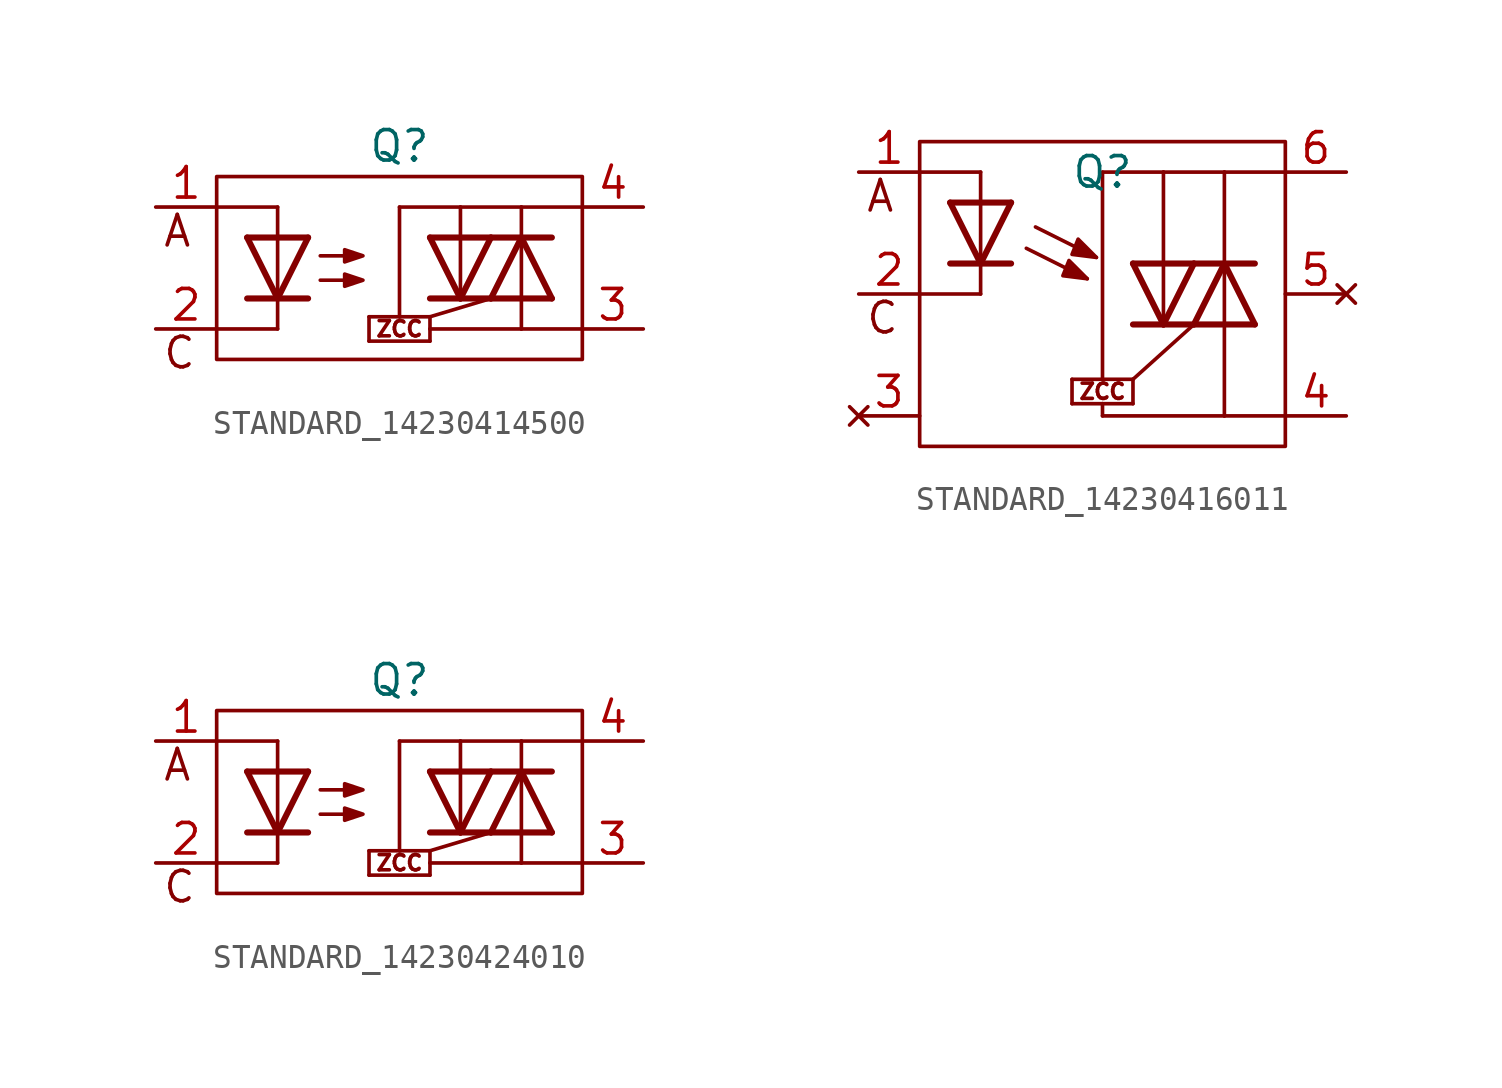
<source format=kicad_sym>
(kicad_symbol_lib
  (version 20220914)
  (generator kicad_symbol_editor)
  (symbol "STANDARD_14230414500"
    (pin_names hide)
    (property "Reference" "Q"
      (at 0 5.08 0)
      (effects (font (size 1.27 1.27))))
    (symbol "STANDARD_14230414500_0_0"
      (polyline (pts (xy -5.08 -2.54) (xy -7.62 -2.54)) (stroke (width 0.152) (type default)) (fill (type none)))
      (polyline (pts (xy -5.08 -1.27) (xy -6.35 -1.27)) (stroke (width 0.254) (type default)) (fill (type none)))
      (polyline (pts (xy -5.08 -1.27) (xy -6.35 1.27)) (stroke (width 0.254) (type default)) (fill (type none)))
      (polyline (pts (xy -5.08 -1.27) (xy -5.08 -2.54)) (stroke (width 0.152) (type default)) (fill (type none)))
      (polyline (pts (xy -5.08 1.27) (xy -6.35 1.27)) (stroke (width 0.254) (type default)) (fill (type none)))
      (polyline (pts (xy -5.08 1.27) (xy -5.08 -1.27)) (stroke (width 0.152) (type default)) (fill (type none)))
      (polyline (pts (xy -5.08 1.27) (xy -5.08 2.54)) (stroke (width 0.152) (type default)) (fill (type none)))
      (polyline (pts (xy -3.81 -1.27) (xy -5.08 -1.27)) (stroke (width 0.254) (type default)) (fill (type none)))
      (polyline (pts (xy -3.81 1.27) (xy -5.08 -1.27)) (stroke (width 0.254) (type default)) (fill (type none)))
      (polyline (pts (xy -3.81 1.27) (xy -5.08 1.27)) (stroke (width 0.254) (type default)) (fill (type none)))
      (polyline (pts (xy -3.302 -0.508) (xy -2.032 -0.508)) (stroke (width 0.152) (type default)) (fill (type none)))
      (polyline (pts (xy -3.302 0.508) (xy -2.032 0.508)) (stroke (width 0.152) (type default)) (fill (type none)))
      (polyline (pts (xy -1.27 -3.048) (xy -1.27 -2.032)) (stroke (width 0.152) (type default)) (fill (type none)))
      (polyline (pts (xy -1.27 -2.032) (xy 0 -2.032)) (stroke (width 0.152) (type default)) (fill (type none)))
      (polyline (pts (xy 0 -2.032) (xy 1.27 -2.032)) (stroke (width 0.152) (type default)) (fill (type none)))
      (polyline (pts (xy 0 2.54) (xy 0 -2.032)) (stroke (width 0.152) (type default)) (fill (type none)))
      (polyline (pts (xy 1.27 -3.048) (xy -1.27 -3.048)) (stroke (width 0.152) (type default)) (fill (type none)))
      (polyline (pts (xy 1.27 -2.54) (xy 1.27 -3.048)) (stroke (width 0.152) (type default)) (fill (type none)))
      (polyline (pts (xy 1.27 -2.54) (xy 5.08 -2.54)) (stroke (width 0.152) (type default)) (fill (type none)))
      (polyline (pts (xy 1.27 -2.032) (xy 1.27 -2.54)) (stroke (width 0.152) (type default)) (fill (type none)))
      (polyline (pts (xy 2.54 -1.27) (xy 1.27 -1.27)) (stroke (width 0.254) (type default)) (fill (type none)))
      (polyline (pts (xy 2.54 -1.27) (xy 1.27 1.27)) (stroke (width 0.254) (type default)) (fill (type none)))
      (polyline (pts (xy 2.54 1.27) (xy 1.27 1.27)) (stroke (width 0.254) (type default)) (fill (type none)))
      (polyline (pts (xy 2.54 1.27) (xy 2.54 -1.27)) (stroke (width 0.152) (type default)) (fill (type none)))
      (polyline (pts (xy 2.54 1.27) (xy 2.54 2.54)) (stroke (width 0.152) (type default)) (fill (type none)))
      (polyline (pts (xy 2.54 2.54) (xy 0 2.54)) (stroke (width 0.152) (type default)) (fill (type none)))
      (polyline (pts (xy 3.81 -1.27) (xy 1.27 -2.032)) (stroke (width 0.152) (type default)) (fill (type none)))
      (polyline (pts (xy 3.81 -1.27) (xy 2.54 -1.27)) (stroke (width 0.254) (type default)) (fill (type none)))
      (polyline (pts (xy 3.81 -1.27) (xy 5.08 -1.27)) (stroke (width 0.254) (type default)) (fill (type none)))
      (polyline (pts (xy 3.81 -1.27) (xy 5.08 1.27)) (stroke (width 0.254) (type default)) (fill (type none)))
      (polyline (pts (xy 3.81 1.27) (xy 2.54 -1.27)) (stroke (width 0.254) (type default)) (fill (type none)))
      (polyline (pts (xy 3.81 1.27) (xy 2.54 1.27)) (stroke (width 0.254) (type default)) (fill (type none)))
      (polyline (pts (xy 3.81 1.27) (xy 5.08 1.27)) (stroke (width 0.254) (type default)) (fill (type none)))
      (polyline (pts (xy 5.08 -1.27) (xy 5.08 -2.54)) (stroke (width 0.152) (type default)) (fill (type none)))
      (polyline (pts (xy 5.08 -1.27) (xy 5.08 1.27)) (stroke (width 0.152) (type default)) (fill (type none)))
      (polyline (pts (xy 5.08 -1.27) (xy 6.35 -1.27)) (stroke (width 0.254) (type default)) (fill (type none)))
      (polyline (pts (xy 5.08 1.27) (xy 5.08 2.54)) (stroke (width 0.152) (type default)) (fill (type none)))
      (polyline (pts (xy 5.08 1.27) (xy 6.35 -1.27)) (stroke (width 0.254) (type default)) (fill (type none)))
      (polyline (pts (xy 5.08 1.27) (xy 6.35 1.27)) (stroke (width 0.254) (type default)) (fill (type none)))
      (polyline (pts (xy 5.08 2.54) (xy 2.54 2.54)) (stroke (width 0.152) (type default)) (fill (type none)))
      (polyline (pts (xy 7.62 -2.54) (xy 5.08 -2.54)) (stroke (width 0.152) (type default)) (fill (type none)))
      (polyline (pts (xy 7.62 2.54) (xy 5.08 2.54)) (stroke (width 0.152) (type default)) (fill (type none)))
      (polyline (pts (xy -2.286 -0.254) (xy -1.524 -0.508) (xy -2.286 -0.762) (xy -2.286 -0.254)) (stroke (width 0.152) (type default)) (fill (type outline)))
      (polyline (pts (xy -2.286 0.762) (xy -1.524 0.508) (xy -2.286 0.254) (xy -2.286 0.762)) (stroke (width 0.152) (type default)) (fill (type outline)))
      (text "A" (at -9.906 2.286 0) (effects (font (size 1.27 1.27)) (justify left top)))
      (text "C" (at -9.906 -2.794 0) (effects (font (size 1.27 1.27)) (justify left top))))
    (symbol "STANDARD_14230414500_0_1"
      (rectangle (start -7.62 3.81) (end 7.62 -3.81) (stroke (width 0) (type default)) (fill (type none))))
    (symbol "STANDARD_14230414500_1_0"
      (polyline (pts (xy -5.08 2.54) (xy -7.62 2.54)) (stroke (width 0.152) (type default)) (fill (type none)))
      (text "ZCC" (at 0 -2.54 0) (effects (font (size 0.635 0.635))))
      (pin passive line (at -10.16 2.54 0) (length 2.54) (name "Anode" (effects (font (size 1.27 1.27)))) (number "1" (effects (font (size 1.27 1.27)))))
      (pin passive line (at -10.16 -2.54 0) (length 2.54) (name "Cathode" (effects (font (size 1.27 1.27)))) (number "2" (effects (font (size 1.27 1.27)))))
      (pin passive line (at 10.16 -2.54 180) (length 2.54) (name "Teminal" (effects (font (size 1.27 1.27)))) (number "3" (effects (font (size 1.27 1.27)))))
      (pin passive line (at 10.16 2.54 180) (length 2.54) (name "Teminal" (effects (font (size 1.27 1.27)))) (number "4" (effects (font (size 1.27 1.27)))))))
  (symbol "STANDARD_14230416011"
    (pin_names hide)
    (property "Reference" "Q"
      (at 0 5.08 0)
      (effects (font (size 1.27 1.27))))
    (symbol "STANDARD_14230416011_0_0"
      (rectangle (start -7.62 6.35) (end 7.62 -6.35) (stroke (width 0) (type default)) (fill (type none)))
      (polyline (pts (xy -5.08 0) (xy -7.62 0)) (stroke (width 0.152) (type default)) (fill (type none)))
      (polyline (pts (xy -5.08 1.27) (xy -6.35 1.27)) (stroke (width 0.254) (type default)) (fill (type none)))
      (polyline (pts (xy -5.08 1.27) (xy -6.35 3.81)) (stroke (width 0.254) (type default)) (fill (type none)))
      (polyline (pts (xy -5.08 1.27) (xy -5.08 0)) (stroke (width 0.152) (type default)) (fill (type none)))
      (polyline (pts (xy -5.08 3.81) (xy -6.35 3.81)) (stroke (width 0.254) (type default)) (fill (type none)))
      (polyline (pts (xy -5.08 3.81) (xy -5.08 1.27)) (stroke (width 0.152) (type default)) (fill (type none)))
      (polyline (pts (xy -5.08 3.81) (xy -5.08 5.08)) (stroke (width 0.152) (type default)) (fill (type none)))
      (polyline (pts (xy -5.08 5.08) (xy -7.62 5.08)) (stroke (width 0.152) (type default)) (fill (type none)))
      (polyline (pts (xy -3.81 1.27) (xy -5.08 1.27)) (stroke (width 0.254) (type default)) (fill (type none)))
      (polyline (pts (xy -3.81 3.81) (xy -5.08 1.27)) (stroke (width 0.254) (type default)) (fill (type none)))
      (polyline (pts (xy -3.81 3.81) (xy -5.08 3.81)) (stroke (width 0.254) (type default)) (fill (type none)))
      (polyline (pts (xy -3.175 1.905) (xy -0.635 0.635)) (stroke (width 0.152) (type default)) (fill (type none)))
      (polyline (pts (xy -2.794 2.794) (xy -0.254 1.524)) (stroke (width 0.152) (type default)) (fill (type none)))
      (polyline (pts (xy -1.27 -4.572) (xy -1.27 -3.556)) (stroke (width 0.152) (type default)) (fill (type none)))
      (polyline (pts (xy -1.27 -3.556) (xy 0 -3.556)) (stroke (width 0.152) (type default)) (fill (type none)))
      (polyline (pts (xy 0 -5.08) (xy 5.08 -5.08)) (stroke (width 0.152) (type default)) (fill (type none)))
      (polyline (pts (xy 0 -4.572) (xy -1.27 -4.572)) (stroke (width 0.152) (type default)) (fill (type none)))
      (polyline (pts (xy 0 -4.572) (xy 0 -5.08)) (stroke (width 0.152) (type default)) (fill (type none)))
      (polyline (pts (xy 0 -3.556) (xy 1.27 -3.556)) (stroke (width 0.152) (type default)) (fill (type none)))
      (polyline (pts (xy 0 5.08) (xy 0 -3.556)) (stroke (width 0.152) (type default)) (fill (type none)))
      (polyline (pts (xy 1.27 -4.572) (xy 0 -4.572)) (stroke (width 0.152) (type default)) (fill (type none)))
      (polyline (pts (xy 1.27 -3.556) (xy 1.27 -4.572)) (stroke (width 0.152) (type default)) (fill (type none)))
      (polyline (pts (xy 1.27 -3.556) (xy 3.81 -1.27)) (stroke (width 0.152) (type default)) (fill (type none)))
      (polyline (pts (xy 2.54 -1.27) (xy 1.27 -1.27)) (stroke (width 0.254) (type default)) (fill (type none)))
      (polyline (pts (xy 2.54 -1.27) (xy 1.27 1.27)) (stroke (width 0.254) (type default)) (fill (type none)))
      (polyline (pts (xy 2.54 1.27) (xy 1.27 1.27)) (stroke (width 0.254) (type default)) (fill (type none)))
      (polyline (pts (xy 2.54 1.27) (xy 2.54 -1.27)) (stroke (width 0.152) (type default)) (fill (type none)))
      (polyline (pts (xy 2.54 1.27) (xy 2.54 5.08)) (stroke (width 0.152) (type default)) (fill (type none)))
      (polyline (pts (xy 2.54 5.08) (xy 0 5.08)) (stroke (width 0.152) (type default)) (fill (type none)))
      (polyline (pts (xy 3.81 -1.27) (xy 2.54 -1.27)) (stroke (width 0.254) (type default)) (fill (type none)))
      (polyline (pts (xy 3.81 -1.27) (xy 5.08 -1.27)) (stroke (width 0.254) (type default)) (fill (type none)))
      (polyline (pts (xy 3.81 -1.27) (xy 5.08 1.27)) (stroke (width 0.254) (type default)) (fill (type none)))
      (polyline (pts (xy 3.81 1.27) (xy 2.54 -1.27)) (stroke (width 0.254) (type default)) (fill (type none)))
      (polyline (pts (xy 3.81 1.27) (xy 2.54 1.27)) (stroke (width 0.254) (type default)) (fill (type none)))
      (polyline (pts (xy 3.81 1.27) (xy 5.08 1.27)) (stroke (width 0.254) (type default)) (fill (type none)))
      (polyline (pts (xy 5.08 -1.27) (xy 5.08 -5.08)) (stroke (width 0.152) (type default)) (fill (type none)))
      (polyline (pts (xy 5.08 -1.27) (xy 5.08 1.27)) (stroke (width 0.152) (type default)) (fill (type none)))
      (polyline (pts (xy 5.08 -1.27) (xy 6.35 -1.27)) (stroke (width 0.254) (type default)) (fill (type none)))
      (polyline (pts (xy 5.08 1.27) (xy 5.08 5.08)) (stroke (width 0.152) (type default)) (fill (type none)))
      (polyline (pts (xy 5.08 1.27) (xy 6.35 -1.27)) (stroke (width 0.254) (type default)) (fill (type none)))
      (polyline (pts (xy 5.08 1.27) (xy 6.35 1.27)) (stroke (width 0.254) (type default)) (fill (type none)))
      (polyline (pts (xy 5.08 5.08) (xy 2.54 5.08)) (stroke (width 0.152) (type default)) (fill (type none)))
      (polyline (pts (xy 7.62 -5.08) (xy 5.08 -5.08)) (stroke (width 0.152) (type default)) (fill (type none)))
      (polyline (pts (xy 7.62 5.08) (xy 5.08 5.08)) (stroke (width 0.152) (type default)) (fill (type none)))
      (polyline (pts (xy -1.397 1.397) (xy -0.635 0.635) (xy -1.651 0.762) (xy -1.397 1.397)) (stroke (width 0.152) (type default)) (fill (type outline)))
      (polyline (pts (xy -1.016 2.286) (xy -0.254 1.524) (xy -1.27 1.651) (xy -1.016 2.286)) (stroke (width 0.152) (type default)) (fill (type outline)))
      (text "A" (at -9.906 4.826 0) (effects (font (size 1.27 1.27)) (justify left top)))
      (text "C" (at -9.906 -0.254 0) (effects (font (size 1.27 1.27)) (justify left top))))
    (symbol "STANDARD_14230416011_1_0"
      (text "ZCC" (at 0 -4.064 0) (effects (font (size 0.635 0.635))))
      (pin passive line (at -10.16 5.08 0) (length 2.54) (name "Anode" (effects (font (size 1.27 1.27)))) (number "1" (effects (font (size 1.27 1.27)))))
      (pin passive line (at -10.16 0 0) (length 2.54) (name "Cathode" (effects (font (size 1.27 1.27)))) (number "2" (effects (font (size 1.27 1.27)))))
      (pin no_connect line (at -10.16 -5.08 0) (length 2.54) (name "NC" (effects (font (size 1.27 1.27)))) (number "3" (effects (font (size 1.27 1.27)))))
      (pin passive line (at 10.16 -5.08 180) (length 2.54) (name "Teminal" (effects (font (size 1.27 1.27)))) (number "4" (effects (font (size 1.27 1.27)))))
      (pin no_connect line (at 10.16 0 180) (length 2.54) (name "NC" (effects (font (size 1.27 1.27)))) (number "5" (effects (font (size 1.27 1.27)))))
      (pin passive line (at 10.16 5.08 180) (length 2.54) (name "Teminal" (effects (font (size 1.27 1.27)))) (number "6" (effects (font (size 1.27 1.27)))))))
  (symbol "STANDARD_14230424010"
    (pin_names hide)
    (property "Reference" "Q"
      (at 0 5.08 0)
      (effects (font (size 1.27 1.27))))
    (symbol "STANDARD_14230424010_0_0"
      (polyline (pts (xy -5.08 -2.54) (xy -7.62 -2.54)) (stroke (width 0.152) (type default)) (fill (type none)))
      (polyline (pts (xy -5.08 -1.27) (xy -6.35 -1.27)) (stroke (width 0.254) (type default)) (fill (type none)))
      (polyline (pts (xy -5.08 -1.27) (xy -6.35 1.27)) (stroke (width 0.254) (type default)) (fill (type none)))
      (polyline (pts (xy -5.08 -1.27) (xy -5.08 -2.54)) (stroke (width 0.152) (type default)) (fill (type none)))
      (polyline (pts (xy -5.08 1.27) (xy -6.35 1.27)) (stroke (width 0.254) (type default)) (fill (type none)))
      (polyline (pts (xy -5.08 1.27) (xy -5.08 -1.27)) (stroke (width 0.152) (type default)) (fill (type none)))
      (polyline (pts (xy -5.08 1.27) (xy -5.08 2.54)) (stroke (width 0.152) (type default)) (fill (type none)))
      (polyline (pts (xy -3.81 -1.27) (xy -5.08 -1.27)) (stroke (width 0.254) (type default)) (fill (type none)))
      (polyline (pts (xy -3.81 1.27) (xy -5.08 -1.27)) (stroke (width 0.254) (type default)) (fill (type none)))
      (polyline (pts (xy -3.81 1.27) (xy -5.08 1.27)) (stroke (width 0.254) (type default)) (fill (type none)))
      (polyline (pts (xy -3.302 -0.508) (xy -2.032 -0.508)) (stroke (width 0.152) (type default)) (fill (type none)))
      (polyline (pts (xy -3.302 0.508) (xy -2.032 0.508)) (stroke (width 0.152) (type default)) (fill (type none)))
      (polyline (pts (xy -1.27 -3.048) (xy -1.27 -2.032)) (stroke (width 0.152) (type default)) (fill (type none)))
      (polyline (pts (xy -1.27 -2.032) (xy 0 -2.032)) (stroke (width 0.152) (type default)) (fill (type none)))
      (polyline (pts (xy 0 -2.032) (xy 1.27 -2.032)) (stroke (width 0.152) (type default)) (fill (type none)))
      (polyline (pts (xy 0 2.54) (xy 0 -2.032)) (stroke (width 0.152) (type default)) (fill (type none)))
      (polyline (pts (xy 1.27 -3.048) (xy -1.27 -3.048)) (stroke (width 0.152) (type default)) (fill (type none)))
      (polyline (pts (xy 1.27 -2.54) (xy 1.27 -3.048)) (stroke (width 0.152) (type default)) (fill (type none)))
      (polyline (pts (xy 1.27 -2.54) (xy 5.08 -2.54)) (stroke (width 0.152) (type default)) (fill (type none)))
      (polyline (pts (xy 1.27 -2.032) (xy 1.27 -2.54)) (stroke (width 0.152) (type default)) (fill (type none)))
      (polyline (pts (xy 2.54 -1.27) (xy 1.27 -1.27)) (stroke (width 0.254) (type default)) (fill (type none)))
      (polyline (pts (xy 2.54 -1.27) (xy 1.27 1.27)) (stroke (width 0.254) (type default)) (fill (type none)))
      (polyline (pts (xy 2.54 1.27) (xy 1.27 1.27)) (stroke (width 0.254) (type default)) (fill (type none)))
      (polyline (pts (xy 2.54 1.27) (xy 2.54 -1.27)) (stroke (width 0.152) (type default)) (fill (type none)))
      (polyline (pts (xy 2.54 1.27) (xy 2.54 2.54)) (stroke (width 0.152) (type default)) (fill (type none)))
      (polyline (pts (xy 2.54 2.54) (xy 0 2.54)) (stroke (width 0.152) (type default)) (fill (type none)))
      (polyline (pts (xy 3.81 -1.27) (xy 1.27 -2.032)) (stroke (width 0.152) (type default)) (fill (type none)))
      (polyline (pts (xy 3.81 -1.27) (xy 2.54 -1.27)) (stroke (width 0.254) (type default)) (fill (type none)))
      (polyline (pts (xy 3.81 -1.27) (xy 5.08 -1.27)) (stroke (width 0.254) (type default)) (fill (type none)))
      (polyline (pts (xy 3.81 -1.27) (xy 5.08 1.27)) (stroke (width 0.254) (type default)) (fill (type none)))
      (polyline (pts (xy 3.81 1.27) (xy 2.54 -1.27)) (stroke (width 0.254) (type default)) (fill (type none)))
      (polyline (pts (xy 3.81 1.27) (xy 2.54 1.27)) (stroke (width 0.254) (type default)) (fill (type none)))
      (polyline (pts (xy 3.81 1.27) (xy 5.08 1.27)) (stroke (width 0.254) (type default)) (fill (type none)))
      (polyline (pts (xy 5.08 -1.27) (xy 5.08 -2.54)) (stroke (width 0.152) (type default)) (fill (type none)))
      (polyline (pts (xy 5.08 -1.27) (xy 5.08 1.27)) (stroke (width 0.152) (type default)) (fill (type none)))
      (polyline (pts (xy 5.08 -1.27) (xy 6.35 -1.27)) (stroke (width 0.254) (type default)) (fill (type none)))
      (polyline (pts (xy 5.08 1.27) (xy 5.08 2.54)) (stroke (width 0.152) (type default)) (fill (type none)))
      (polyline (pts (xy 5.08 1.27) (xy 6.35 -1.27)) (stroke (width 0.254) (type default)) (fill (type none)))
      (polyline (pts (xy 5.08 1.27) (xy 6.35 1.27)) (stroke (width 0.254) (type default)) (fill (type none)))
      (polyline (pts (xy 5.08 2.54) (xy 2.54 2.54)) (stroke (width 0.152) (type default)) (fill (type none)))
      (polyline (pts (xy 7.62 -2.54) (xy 5.08 -2.54)) (stroke (width 0.152) (type default)) (fill (type none)))
      (polyline (pts (xy 7.62 2.54) (xy 5.08 2.54)) (stroke (width 0.152) (type default)) (fill (type none)))
      (polyline (pts (xy -2.286 -0.254) (xy -1.524 -0.508) (xy -2.286 -0.762) (xy -2.286 -0.254)) (stroke (width 0.152) (type default)) (fill (type outline)))
      (polyline (pts (xy -2.286 0.762) (xy -1.524 0.508) (xy -2.286 0.254) (xy -2.286 0.762)) (stroke (width 0.152) (type default)) (fill (type outline)))
      (text "A" (at -9.906 2.286 0) (effects (font (size 1.27 1.27)) (justify left top)))
      (text "C" (at -9.906 -2.794 0) (effects (font (size 1.27 1.27)) (justify left top))))
    (symbol "STANDARD_14230424010_0_1"
      (rectangle (start -7.62 3.81) (end 7.62 -3.81) (stroke (width 0) (type default)) (fill (type none))))
    (symbol "STANDARD_14230424010_1_0"
      (polyline (pts (xy -5.08 2.54) (xy -7.62 2.54)) (stroke (width 0.152) (type default)) (fill (type none)))
      (text "ZCC" (at 0 -2.54 0) (effects (font (size 0.635 0.635))))
      (pin passive line (at -10.16 2.54 0) (length 2.54) (name "Anode" (effects (font (size 1.27 1.27)))) (number "1" (effects (font (size 1.27 1.27)))))
      (pin passive line (at -10.16 -2.54 0) (length 2.54) (name "Cathode" (effects (font (size 1.27 1.27)))) (number "2" (effects (font (size 1.27 1.27)))))
      (pin passive line (at 10.16 -2.54 180) (length 2.54) (name "Teminal" (effects (font (size 1.27 1.27)))) (number "3" (effects (font (size 1.27 1.27)))))
      (pin passive line (at 10.16 2.54 180) (length 2.54) (name "Teminal" (effects (font (size 1.27 1.27)))) (number "4" (effects (font (size 1.27 1.27))))))))
</source>
